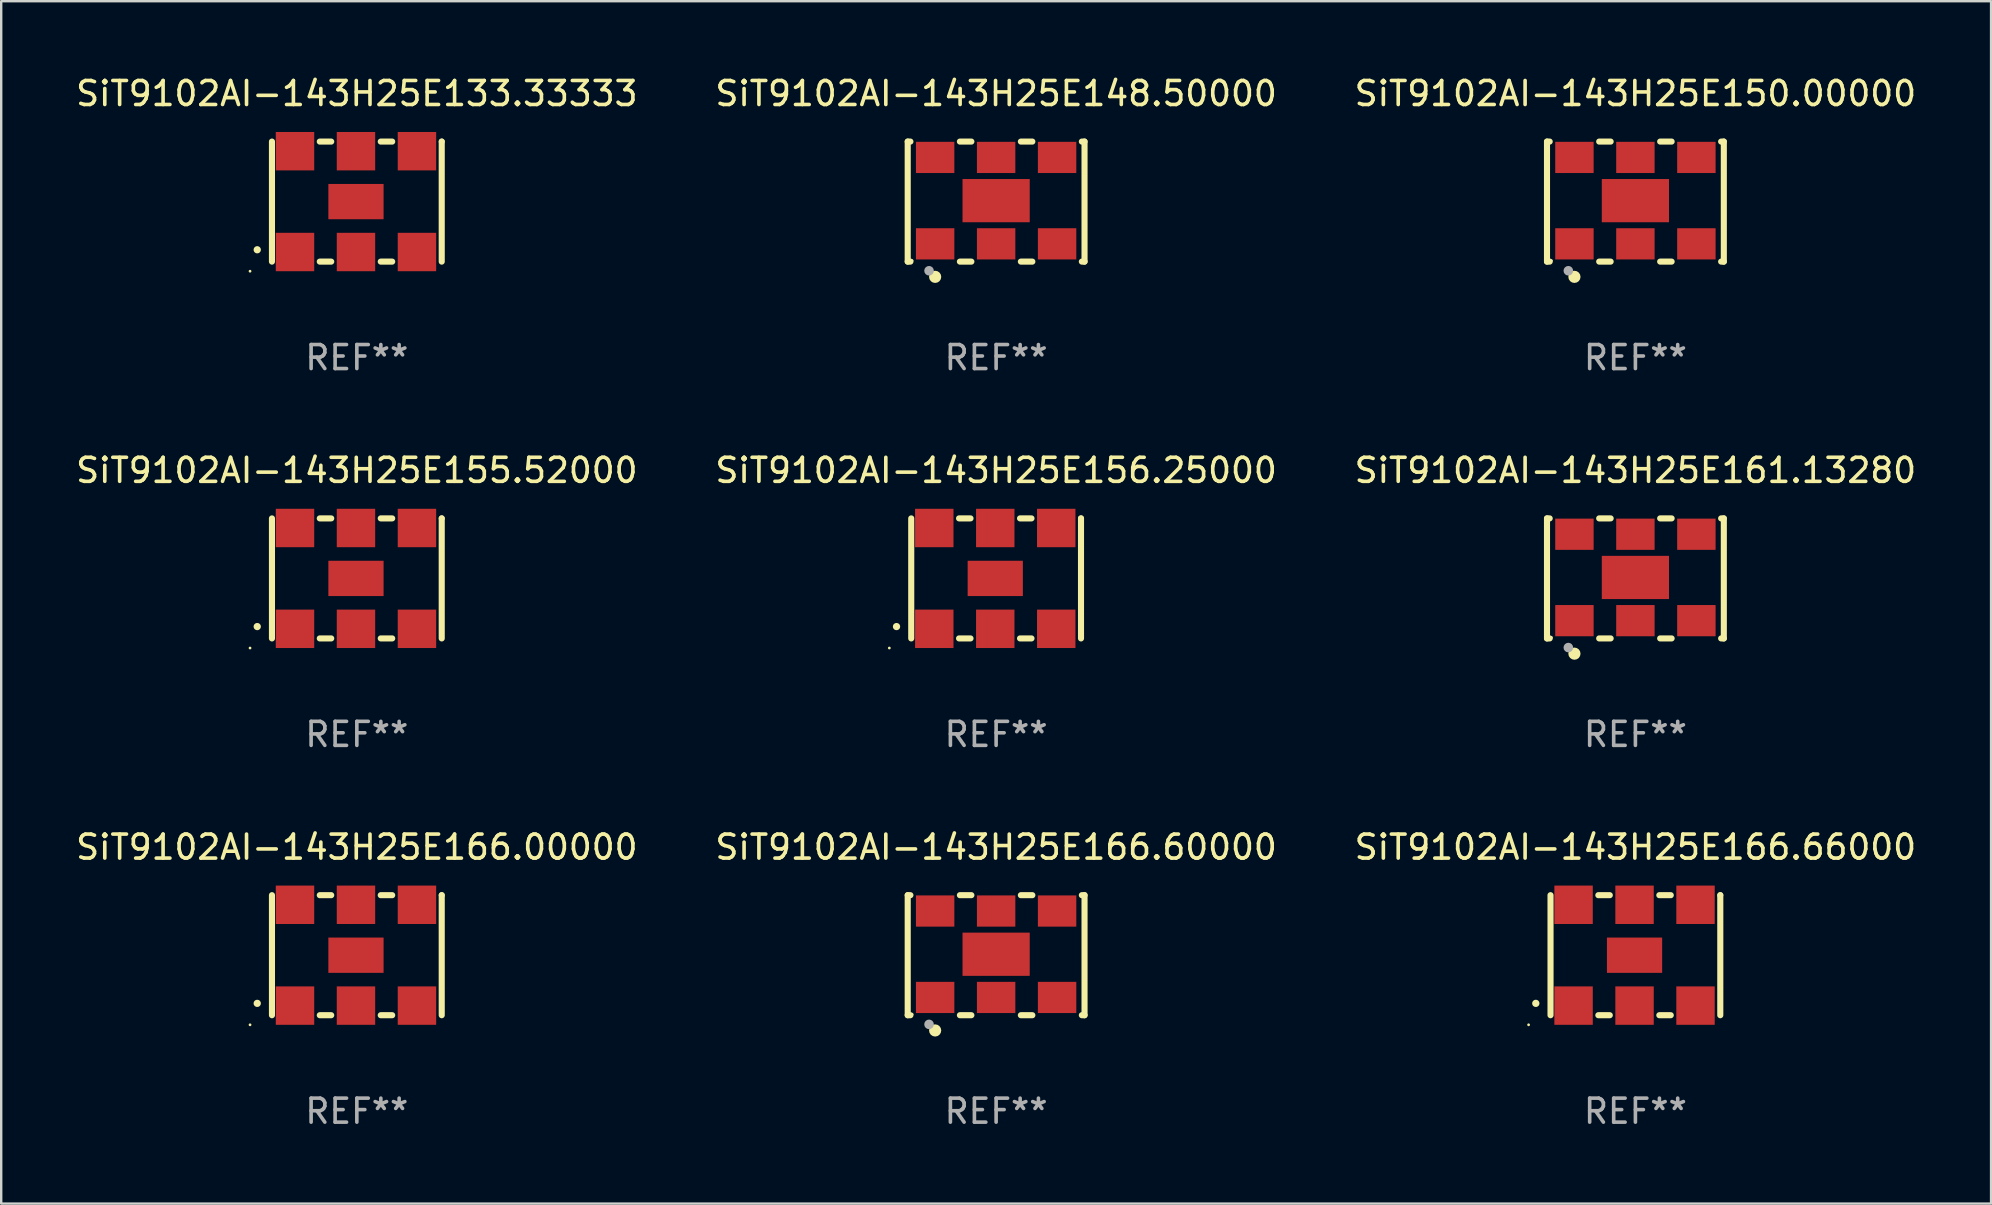
<source format=kicad_pcb>
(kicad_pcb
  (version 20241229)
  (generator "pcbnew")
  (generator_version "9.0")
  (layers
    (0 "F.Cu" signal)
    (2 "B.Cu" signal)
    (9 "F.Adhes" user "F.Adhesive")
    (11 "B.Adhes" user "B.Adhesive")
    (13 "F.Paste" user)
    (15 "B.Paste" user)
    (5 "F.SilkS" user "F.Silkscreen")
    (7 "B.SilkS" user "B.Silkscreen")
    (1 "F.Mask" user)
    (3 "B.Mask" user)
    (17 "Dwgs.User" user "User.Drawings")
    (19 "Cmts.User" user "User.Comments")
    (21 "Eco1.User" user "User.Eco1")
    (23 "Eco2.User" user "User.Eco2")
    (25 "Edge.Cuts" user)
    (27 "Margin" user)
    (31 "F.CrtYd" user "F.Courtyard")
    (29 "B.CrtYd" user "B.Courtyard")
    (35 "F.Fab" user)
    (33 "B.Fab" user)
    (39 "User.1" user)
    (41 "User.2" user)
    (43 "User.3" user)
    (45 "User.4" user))
  (footprint "SiT9102AI-143H25E156.25000"
    (layer "F.Cu")
    (at 38.446 21.045)
    (property "Reference" "SiT9102AI-143H25E156.25000" (at 0 -4.5 0) (layer "F.SilkS") (effects (font (size 1 1) (thickness 0.15))))
    (attr through_hole)
    (fp_line (start -3.536 -2.5) (end -3.536 2.5) (stroke (width 0.254) (type solid)) (layer "F.SilkS"))
    (fp_line (start -1.544 2.5) (end -1.067 2.5) (stroke (width 0.254) (type solid)) (layer "F.SilkS"))
    (fp_line (start -1.067 -2.5) (end -1.544 -2.5) (stroke (width 0.254) (type solid)) (layer "F.SilkS"))
    (fp_line (start 0.996 2.5) (end 1.473 2.5) (stroke (width 0.254) (type solid)) (layer "F.SilkS"))
    (fp_line (start 1.473 -2.5) (end 0.996 -2.5) (stroke (width 0.254) (type solid)) (layer "F.SilkS"))
    (fp_line (start 3.536 -2.5) (end 3.536 -2.5) (stroke (width 0.254) (type solid)) (layer "F.SilkS"))
    (fp_line (start 3.536 2.5) (end 3.536 -2.5) (stroke (width 0.254) (type solid)) (layer "F.SilkS"))
    (fp_arc (start -4.150432 2.006604) (mid -4.149162 2.006599) (end -4.147892 2.006604) (stroke (width 0.3) (type solid)) (layer "F.SilkS"))
    (fp_circle (center -4.449 2.9) (end -4.419 2.9) (stroke (width 0.06) (type solid)) (fill no) (layer "F.SilkS"))
    (fp_text user "REF**" (at 0 6.5 0) (layer "F.Fab") (effects (font (size 1 1) (thickness 0.15))))
    (pad "1" smd rect (at -2.576 2.1) (size 1.6 1.6) (layers "F.Cu" "F.Mask" "F.Paste"))
    (pad "2" smd rect (at -0.036 2.1) (size 1.6 1.6) (layers "F.Cu" "F.Mask" "F.Paste"))
    (pad "3" smd rect (at 2.504 2.1) (size 1.6 1.6) (layers "F.Cu" "F.Mask" "F.Paste"))
    (pad "4" smd rect (at 2.504 -2.1) (size 1.6 1.6) (layers "F.Cu" "F.Mask" "F.Paste"))
    (pad "5" smd rect (at -0.036 -2.1) (size 1.6 1.6) (layers "F.Cu" "F.Mask" "F.Paste"))
    (pad "6" smd rect (at -2.576 -2.1) (size 1.6 1.6) (layers "F.Cu" "F.Mask" "F.Paste"))
    (pad "7" smd rect (at -0.036 0) (size 2.3 1.47) (layers "F.Cu" "F.Mask" "F.Paste")))
  (footprint "SiT9102AI-143H25E166.66000"
    (layer "F.Cu")
    (at 65.077 36.741)
    (property "Reference" "SiT9102AI-143H25E166.66000" (at 0 -4.5 0) (layer "F.SilkS") (effects (font (size 1 1) (thickness 0.15))))
    (attr through_hole)
    (fp_line (start -3.536 -2.5) (end -3.536 2.5) (stroke (width 0.254) (type solid)) (layer "F.SilkS"))
    (fp_line (start -1.544 2.5) (end -1.067 2.5) (stroke (width 0.254) (type solid)) (layer "F.SilkS"))
    (fp_line (start -1.067 -2.5) (end -1.544 -2.5) (stroke (width 0.254) (type solid)) (layer "F.SilkS"))
    (fp_line (start 0.996 2.5) (end 1.473 2.5) (stroke (width 0.254) (type solid)) (layer "F.SilkS"))
    (fp_line (start 1.473 -2.5) (end 0.996 -2.5) (stroke (width 0.254) (type solid)) (layer "F.SilkS"))
    (fp_line (start 3.536 -2.5) (end 3.536 -2.5) (stroke (width 0.254) (type solid)) (layer "F.SilkS"))
    (fp_line (start 3.536 2.5) (end 3.536 -2.5) (stroke (width 0.254) (type solid)) (layer "F.SilkS"))
    (fp_arc (start -4.150432 2.006604) (mid -4.149162 2.006599) (end -4.147892 2.006604) (stroke (width 0.3) (type solid)) (layer "F.SilkS"))
    (fp_circle (center -4.449 2.9) (end -4.419 2.9) (stroke (width 0.06) (type solid)) (fill no) (layer "F.SilkS"))
    (fp_text user "REF**" (at 0 6.5 0) (layer "F.Fab") (effects (font (size 1 1) (thickness 0.15))))
    (pad "1" smd rect (at -2.576 2.1) (size 1.6 1.6) (layers "F.Cu" "F.Mask" "F.Paste"))
    (pad "2" smd rect (at -0.036 2.1) (size 1.6 1.6) (layers "F.Cu" "F.Mask" "F.Paste"))
    (pad "3" smd rect (at 2.504 2.1) (size 1.6 1.6) (layers "F.Cu" "F.Mask" "F.Paste"))
    (pad "4" smd rect (at 2.504 -2.1) (size 1.6 1.6) (layers "F.Cu" "F.Mask" "F.Paste"))
    (pad "5" smd rect (at -0.036 -2.1) (size 1.6 1.6) (layers "F.Cu" "F.Mask" "F.Paste"))
    (pad "6" smd rect (at -2.576 -2.1) (size 1.6 1.6) (layers "F.Cu" "F.Mask" "F.Paste"))
    (pad "7" smd rect (at -0.036 0) (size 2.3 1.47) (layers "F.Cu" "F.Mask" "F.Paste")))
  (footprint "SiT9102AI-143H25E155.52000"
    (layer "F.Cu")
    (at 11.815 21.045)
    (property "Reference" "SiT9102AI-143H25E155.52000" (at 0 -4.5 0) (layer "F.SilkS") (effects (font (size 1 1) (thickness 0.15))))
    (attr through_hole)
    (fp_line (start -3.536 -2.5) (end -3.536 2.5) (stroke (width 0.254) (type solid)) (layer "F.SilkS"))
    (fp_line (start -1.544 2.5) (end -1.067 2.5) (stroke (width 0.254) (type solid)) (layer "F.SilkS"))
    (fp_line (start -1.067 -2.5) (end -1.544 -2.5) (stroke (width 0.254) (type solid)) (layer "F.SilkS"))
    (fp_line (start 0.996 2.5) (end 1.473 2.5) (stroke (width 0.254) (type solid)) (layer "F.SilkS"))
    (fp_line (start 1.473 -2.5) (end 0.996 -2.5) (stroke (width 0.254) (type solid)) (layer "F.SilkS"))
    (fp_line (start 3.536 -2.5) (end 3.536 -2.5) (stroke (width 0.254) (type solid)) (layer "F.SilkS"))
    (fp_line (start 3.536 2.5) (end 3.536 -2.5) (stroke (width 0.254) (type solid)) (layer "F.SilkS"))
    (fp_arc (start -4.150432 2.006604) (mid -4.149162 2.006599) (end -4.147892 2.006604) (stroke (width 0.3) (type solid)) (layer "F.SilkS"))
    (fp_circle (center -4.449 2.9) (end -4.419 2.9) (stroke (width 0.06) (type solid)) (fill no) (layer "F.SilkS"))
    (fp_text user "REF**" (at 0 6.5 0) (layer "F.Fab") (effects (font (size 1 1) (thickness 0.15))))
    (pad "1" smd rect (at -2.576 2.1) (size 1.6 1.6) (layers "F.Cu" "F.Mask" "F.Paste"))
    (pad "2" smd rect (at -0.036 2.1) (size 1.6 1.6) (layers "F.Cu" "F.Mask" "F.Paste"))
    (pad "3" smd rect (at 2.504 2.1) (size 1.6 1.6) (layers "F.Cu" "F.Mask" "F.Paste"))
    (pad "4" smd rect (at 2.504 -2.1) (size 1.6 1.6) (layers "F.Cu" "F.Mask" "F.Paste"))
    (pad "5" smd rect (at -0.036 -2.1) (size 1.6 1.6) (layers "F.Cu" "F.Mask" "F.Paste"))
    (pad "6" smd rect (at -2.576 -2.1) (size 1.6 1.6) (layers "F.Cu" "F.Mask" "F.Paste"))
    (pad "7" smd rect (at -0.036 0) (size 2.3 1.47) (layers "F.Cu" "F.Mask" "F.Paste")))
  (footprint "SiT9102AI-143H25E148.50000"
    (layer "F.Cu")
    (at 38.446 5.348)
    (property "Reference" "SiT9102AI-143H25E148.50000" (at 0 -4.5 0) (layer "F.SilkS") (effects (font (size 1 1) (thickness 0.15))))
    (attr through_hole)
    (fp_line (start -3.683 -2.5) (end -3.571 -2.5) (stroke (width 0.254) (type solid)) (layer "F.SilkS"))
    (fp_line (start -3.683 2.5) (end -3.683 -2.5) (stroke (width 0.254) (type solid)) (layer "F.SilkS"))
    (fp_line (start -3.683 2.5) (end -3.571 2.5) (stroke (width 0.254) (type solid)) (layer "F.SilkS"))
    (fp_line (start -1.509 -2.5) (end -1.031 -2.5) (stroke (width 0.254) (type solid)) (layer "F.SilkS"))
    (fp_line (start -1.509 2.5) (end -1.031 2.5) (stroke (width 0.254) (type solid)) (layer "F.SilkS"))
    (fp_line (start 1.031 -2.5) (end 1.509 -2.5) (stroke (width 0.254) (type solid)) (layer "F.SilkS"))
    (fp_line (start 1.031 2.5) (end 1.509 2.5) (stroke (width 0.254) (type solid)) (layer "F.SilkS"))
    (fp_line (start 3.571 -2.5) (end 3.683 -2.5) (stroke (width 0.254) (type solid)) (layer "F.SilkS"))
    (fp_line (start 3.571 2.5) (end 3.683 2.5) (stroke (width 0.254) (type solid)) (layer "F.SilkS"))
    (fp_line (start 3.683 2.5) (end 3.683 -2.5) (stroke (width 0.254) (type solid)) (layer "F.SilkS"))
    (fp_circle (center -3.5 2.46) (end -3.47 2.46) (stroke (width 0.06) (type solid)) (fill no) (layer "F.SilkS"))
    (fp_circle (center -2.54 3.135) (end -2.413 3.135) (stroke (width 0.254) (type solid)) (fill no) (layer "F.SilkS"))
    (fp_circle (center -2.794 2.881) (end -2.694 2.881) (stroke (width 0.2) (type solid)) (fill no) (layer "F.Fab"))
    (fp_text user "REF**" (at 0 6.5 0) (layer "F.Fab") (effects (font (size 1 1) (thickness 0.15))))
    (pad "1" smd rect (at -2.54 1.76) (size 1.6 1.3) (layers "F.Cu" "F.Mask" "F.Paste"))
    (pad "2" smd rect (at 0 1.76) (size 1.6 1.3) (layers "F.Cu" "F.Mask" "F.Paste"))
    (pad "3" smd rect (at 2.54 1.76) (size 1.6 1.3) (layers "F.Cu" "F.Mask" "F.Paste"))
    (pad "4" smd rect (at 2.54 -1.84) (size 1.6 1.3) (layers "F.Cu" "F.Mask" "F.Paste"))
    (pad "5" smd rect (at 0 -1.84) (size 1.6 1.3) (layers "F.Cu" "F.Mask" "F.Paste"))
    (pad "6" smd rect (at -2.54 -1.84) (size 1.6 1.3) (layers "F.Cu" "F.Mask" "F.Paste"))
    (pad "7" smd rect (at 0 -0.04) (size 2.8 1.8) (layers "F.Cu" "F.Mask" "F.Paste")))
  (footprint "SiT9102AI-143H25E161.13280"
    (layer "F.Cu")
    (at 65.077 21.045)
    (property "Reference" "SiT9102AI-143H25E161.13280" (at 0 -4.5 0) (layer "F.SilkS") (effects (font (size 1 1) (thickness 0.15))))
    (attr through_hole)
    (fp_line (start -3.683 -2.5) (end -3.571 -2.5) (stroke (width 0.254) (type solid)) (layer "F.SilkS"))
    (fp_line (start -3.683 2.5) (end -3.683 -2.5) (stroke (width 0.254) (type solid)) (layer "F.SilkS"))
    (fp_line (start -3.683 2.5) (end -3.571 2.5) (stroke (width 0.254) (type solid)) (layer "F.SilkS"))
    (fp_line (start -1.509 -2.5) (end -1.031 -2.5) (stroke (width 0.254) (type solid)) (layer "F.SilkS"))
    (fp_line (start -1.509 2.5) (end -1.031 2.5) (stroke (width 0.254) (type solid)) (layer "F.SilkS"))
    (fp_line (start 1.031 -2.5) (end 1.509 -2.5) (stroke (width 0.254) (type solid)) (layer "F.SilkS"))
    (fp_line (start 1.031 2.5) (end 1.509 2.5) (stroke (width 0.254) (type solid)) (layer "F.SilkS"))
    (fp_line (start 3.571 -2.5) (end 3.683 -2.5) (stroke (width 0.254) (type solid)) (layer "F.SilkS"))
    (fp_line (start 3.571 2.5) (end 3.683 2.5) (stroke (width 0.254) (type solid)) (layer "F.SilkS"))
    (fp_line (start 3.683 2.5) (end 3.683 -2.5) (stroke (width 0.254) (type solid)) (layer "F.SilkS"))
    (fp_circle (center -3.5 2.46) (end -3.47 2.46) (stroke (width 0.06) (type solid)) (fill no) (layer "F.SilkS"))
    (fp_circle (center -2.54 3.135) (end -2.413 3.135) (stroke (width 0.254) (type solid)) (fill no) (layer "F.SilkS"))
    (fp_circle (center -2.794 2.881) (end -2.694 2.881) (stroke (width 0.2) (type solid)) (fill no) (layer "F.Fab"))
    (fp_text user "REF**" (at 0 6.5 0) (layer "F.Fab") (effects (font (size 1 1) (thickness 0.15))))
    (pad "1" smd rect (at -2.54 1.76) (size 1.6 1.3) (layers "F.Cu" "F.Mask" "F.Paste"))
    (pad "2" smd rect (at 0 1.76) (size 1.6 1.3) (layers "F.Cu" "F.Mask" "F.Paste"))
    (pad "3" smd rect (at 2.54 1.76) (size 1.6 1.3) (layers "F.Cu" "F.Mask" "F.Paste"))
    (pad "4" smd rect (at 2.54 -1.84) (size 1.6 1.3) (layers "F.Cu" "F.Mask" "F.Paste"))
    (pad "5" smd rect (at 0 -1.84) (size 1.6 1.3) (layers "F.Cu" "F.Mask" "F.Paste"))
    (pad "6" smd rect (at -2.54 -1.84) (size 1.6 1.3) (layers "F.Cu" "F.Mask" "F.Paste"))
    (pad "7" smd rect (at 0 -0.04) (size 2.8 1.8) (layers "F.Cu" "F.Mask" "F.Paste")))
  (footprint "SiT9102AI-143H25E133.33333"
    (layer "F.Cu")
    (at 11.815 5.348)
    (property "Reference" "SiT9102AI-143H25E133.33333" (at 0 -4.5 0) (layer "F.SilkS") (effects (font (size 1 1) (thickness 0.15))))
    (attr through_hole)
    (fp_line (start -3.536 -2.5) (end -3.536 2.5) (stroke (width 0.254) (type solid)) (layer "F.SilkS"))
    (fp_line (start -1.544 2.5) (end -1.067 2.5) (stroke (width 0.254) (type solid)) (layer "F.SilkS"))
    (fp_line (start -1.067 -2.5) (end -1.544 -2.5) (stroke (width 0.254) (type solid)) (layer "F.SilkS"))
    (fp_line (start 0.996 2.5) (end 1.473 2.5) (stroke (width 0.254) (type solid)) (layer "F.SilkS"))
    (fp_line (start 1.473 -2.5) (end 0.996 -2.5) (stroke (width 0.254) (type solid)) (layer "F.SilkS"))
    (fp_line (start 3.536 -2.5) (end 3.536 -2.5) (stroke (width 0.254) (type solid)) (layer "F.SilkS"))
    (fp_line (start 3.536 2.5) (end 3.536 -2.5) (stroke (width 0.254) (type solid)) (layer "F.SilkS"))
    (fp_arc (start -4.150432 2.006604) (mid -4.149162 2.006599) (end -4.147892 2.006604) (stroke (width 0.3) (type solid)) (layer "F.SilkS"))
    (fp_circle (center -4.449 2.9) (end -4.419 2.9) (stroke (width 0.06) (type solid)) (fill no) (layer "F.SilkS"))
    (fp_text user "REF**" (at 0 6.5 0) (layer "F.Fab") (effects (font (size 1 1) (thickness 0.15))))
    (pad "1" smd rect (at -2.576 2.1) (size 1.6 1.6) (layers "F.Cu" "F.Mask" "F.Paste"))
    (pad "2" smd rect (at -0.036 2.1) (size 1.6 1.6) (layers "F.Cu" "F.Mask" "F.Paste"))
    (pad "3" smd rect (at 2.504 2.1) (size 1.6 1.6) (layers "F.Cu" "F.Mask" "F.Paste"))
    (pad "4" smd rect (at 2.504 -2.1) (size 1.6 1.6) (layers "F.Cu" "F.Mask" "F.Paste"))
    (pad "5" smd rect (at -0.036 -2.1) (size 1.6 1.6) (layers "F.Cu" "F.Mask" "F.Paste"))
    (pad "6" smd rect (at -2.576 -2.1) (size 1.6 1.6) (layers "F.Cu" "F.Mask" "F.Paste"))
    (pad "7" smd rect (at -0.036 0) (size 2.3 1.47) (layers "F.Cu" "F.Mask" "F.Paste")))
  (footprint "SiT9102AI-143H25E166.00000"
    (layer "F.Cu")
    (at 11.815 36.741)
    (property "Reference" "SiT9102AI-143H25E166.00000" (at 0 -4.5 0) (layer "F.SilkS") (effects (font (size 1 1) (thickness 0.15))))
    (attr through_hole)
    (fp_line (start -3.536 -2.5) (end -3.536 2.5) (stroke (width 0.254) (type solid)) (layer "F.SilkS"))
    (fp_line (start -1.544 2.5) (end -1.067 2.5) (stroke (width 0.254) (type solid)) (layer "F.SilkS"))
    (fp_line (start -1.067 -2.5) (end -1.544 -2.5) (stroke (width 0.254) (type solid)) (layer "F.SilkS"))
    (fp_line (start 0.996 2.5) (end 1.473 2.5) (stroke (width 0.254) (type solid)) (layer "F.SilkS"))
    (fp_line (start 1.473 -2.5) (end 0.996 -2.5) (stroke (width 0.254) (type solid)) (layer "F.SilkS"))
    (fp_line (start 3.536 -2.5) (end 3.536 -2.5) (stroke (width 0.254) (type solid)) (layer "F.SilkS"))
    (fp_line (start 3.536 2.5) (end 3.536 -2.5) (stroke (width 0.254) (type solid)) (layer "F.SilkS"))
    (fp_arc (start -4.150432 2.006604) (mid -4.149162 2.006599) (end -4.147892 2.006604) (stroke (width 0.3) (type solid)) (layer "F.SilkS"))
    (fp_circle (center -4.449 2.9) (end -4.419 2.9) (stroke (width 0.06) (type solid)) (fill no) (layer "F.SilkS"))
    (fp_text user "REF**" (at 0 6.5 0) (layer "F.Fab") (effects (font (size 1 1) (thickness 0.15))))
    (pad "1" smd rect (at -2.576 2.1) (size 1.6 1.6) (layers "F.Cu" "F.Mask" "F.Paste"))
    (pad "2" smd rect (at -0.036 2.1) (size 1.6 1.6) (layers "F.Cu" "F.Mask" "F.Paste"))
    (pad "3" smd rect (at 2.504 2.1) (size 1.6 1.6) (layers "F.Cu" "F.Mask" "F.Paste"))
    (pad "4" smd rect (at 2.504 -2.1) (size 1.6 1.6) (layers "F.Cu" "F.Mask" "F.Paste"))
    (pad "5" smd rect (at -0.036 -2.1) (size 1.6 1.6) (layers "F.Cu" "F.Mask" "F.Paste"))
    (pad "6" smd rect (at -2.576 -2.1) (size 1.6 1.6) (layers "F.Cu" "F.Mask" "F.Paste"))
    (pad "7" smd rect (at -0.036 0) (size 2.3 1.47) (layers "F.Cu" "F.Mask" "F.Paste")))
  (footprint "SiT9102AI-143H25E150.00000"
    (layer "F.Cu")
    (at 65.077 5.348)
    (property "Reference" "SiT9102AI-143H25E150.00000" (at 0 -4.5 0) (layer "F.SilkS") (effects (font (size 1 1) (thickness 0.15))))
    (attr through_hole)
    (fp_line (start -3.683 -2.5) (end -3.571 -2.5) (stroke (width 0.254) (type solid)) (layer "F.SilkS"))
    (fp_line (start -3.683 2.5) (end -3.683 -2.5) (stroke (width 0.254) (type solid)) (layer "F.SilkS"))
    (fp_line (start -3.683 2.5) (end -3.571 2.5) (stroke (width 0.254) (type solid)) (layer "F.SilkS"))
    (fp_line (start -1.509 -2.5) (end -1.031 -2.5) (stroke (width 0.254) (type solid)) (layer "F.SilkS"))
    (fp_line (start -1.509 2.5) (end -1.031 2.5) (stroke (width 0.254) (type solid)) (layer "F.SilkS"))
    (fp_line (start 1.031 -2.5) (end 1.509 -2.5) (stroke (width 0.254) (type solid)) (layer "F.SilkS"))
    (fp_line (start 1.031 2.5) (end 1.509 2.5) (stroke (width 0.254) (type solid)) (layer "F.SilkS"))
    (fp_line (start 3.571 -2.5) (end 3.683 -2.5) (stroke (width 0.254) (type solid)) (layer "F.SilkS"))
    (fp_line (start 3.571 2.5) (end 3.683 2.5) (stroke (width 0.254) (type solid)) (layer "F.SilkS"))
    (fp_line (start 3.683 2.5) (end 3.683 -2.5) (stroke (width 0.254) (type solid)) (layer "F.SilkS"))
    (fp_circle (center -3.5 2.46) (end -3.47 2.46) (stroke (width 0.06) (type solid)) (fill no) (layer "F.SilkS"))
    (fp_circle (center -2.54 3.135) (end -2.413 3.135) (stroke (width 0.254) (type solid)) (fill no) (layer "F.SilkS"))
    (fp_circle (center -2.794 2.881) (end -2.694 2.881) (stroke (width 0.2) (type solid)) (fill no) (layer "F.Fab"))
    (fp_text user "REF**" (at 0 6.5 0) (layer "F.Fab") (effects (font (size 1 1) (thickness 0.15))))
    (pad "1" smd rect (at -2.54 1.76) (size 1.6 1.3) (layers "F.Cu" "F.Mask" "F.Paste"))
    (pad "2" smd rect (at 0 1.76) (size 1.6 1.3) (layers "F.Cu" "F.Mask" "F.Paste"))
    (pad "3" smd rect (at 2.54 1.76) (size 1.6 1.3) (layers "F.Cu" "F.Mask" "F.Paste"))
    (pad "4" smd rect (at 2.54 -1.84) (size 1.6 1.3) (layers "F.Cu" "F.Mask" "F.Paste"))
    (pad "5" smd rect (at 0 -1.84) (size 1.6 1.3) (layers "F.Cu" "F.Mask" "F.Paste"))
    (pad "6" smd rect (at -2.54 -1.84) (size 1.6 1.3) (layers "F.Cu" "F.Mask" "F.Paste"))
    (pad "7" smd rect (at 0 -0.04) (size 2.8 1.8) (layers "F.Cu" "F.Mask" "F.Paste")))
  (footprint "SiT9102AI-143H25E166.60000"
    (layer "F.Cu")
    (at 38.446 36.741)
    (property "Reference" "SiT9102AI-143H25E166.60000" (at 0 -4.5 0) (layer "F.SilkS") (effects (font (size 1 1) (thickness 0.15))))
    (attr through_hole)
    (fp_line (start -3.683 -2.5) (end -3.571 -2.5) (stroke (width 0.254) (type solid)) (layer "F.SilkS"))
    (fp_line (start -3.683 2.5) (end -3.683 -2.5) (stroke (width 0.254) (type solid)) (layer "F.SilkS"))
    (fp_line (start -3.683 2.5) (end -3.571 2.5) (stroke (width 0.254) (type solid)) (layer "F.SilkS"))
    (fp_line (start -1.509 -2.5) (end -1.031 -2.5) (stroke (width 0.254) (type solid)) (layer "F.SilkS"))
    (fp_line (start -1.509 2.5) (end -1.031 2.5) (stroke (width 0.254) (type solid)) (layer "F.SilkS"))
    (fp_line (start 1.031 -2.5) (end 1.509 -2.5) (stroke (width 0.254) (type solid)) (layer "F.SilkS"))
    (fp_line (start 1.031 2.5) (end 1.509 2.5) (stroke (width 0.254) (type solid)) (layer "F.SilkS"))
    (fp_line (start 3.571 -2.5) (end 3.683 -2.5) (stroke (width 0.254) (type solid)) (layer "F.SilkS"))
    (fp_line (start 3.571 2.5) (end 3.683 2.5) (stroke (width 0.254) (type solid)) (layer "F.SilkS"))
    (fp_line (start 3.683 2.5) (end 3.683 -2.5) (stroke (width 0.254) (type solid)) (layer "F.SilkS"))
    (fp_circle (center -3.5 2.46) (end -3.47 2.46) (stroke (width 0.06) (type solid)) (fill no) (layer "F.SilkS"))
    (fp_circle (center -2.54 3.135) (end -2.413 3.135) (stroke (width 0.254) (type solid)) (fill no) (layer "F.SilkS"))
    (fp_circle (center -2.794 2.881) (end -2.694 2.881) (stroke (width 0.2) (type solid)) (fill no) (layer "F.Fab"))
    (fp_text user "REF**" (at 0 6.5 0) (layer "F.Fab") (effects (font (size 1 1) (thickness 0.15))))
    (pad "1" smd rect (at -2.54 1.76) (size 1.6 1.3) (layers "F.Cu" "F.Mask" "F.Paste"))
    (pad "2" smd rect (at 0 1.76) (size 1.6 1.3) (layers "F.Cu" "F.Mask" "F.Paste"))
    (pad "3" smd rect (at 2.54 1.76) (size 1.6 1.3) (layers "F.Cu" "F.Mask" "F.Paste"))
    (pad "4" smd rect (at 2.54 -1.84) (size 1.6 1.3) (layers "F.Cu" "F.Mask" "F.Paste"))
    (pad "5" smd rect (at 0 -1.84) (size 1.6 1.3) (layers "F.Cu" "F.Mask" "F.Paste"))
    (pad "6" smd rect (at -2.54 -1.84) (size 1.6 1.3) (layers "F.Cu" "F.Mask" "F.Paste"))
    (pad "7" smd rect (at 0 -0.04) (size 2.8 1.8) (layers "F.Cu" "F.Mask" "F.Paste")))
  (gr_rect
    (start -3 -3)
    (end 79.893 47.09)
    (stroke (width 0.1) (type default))
    (fill no)
    (layer "Edge.Cuts")))
</source>
